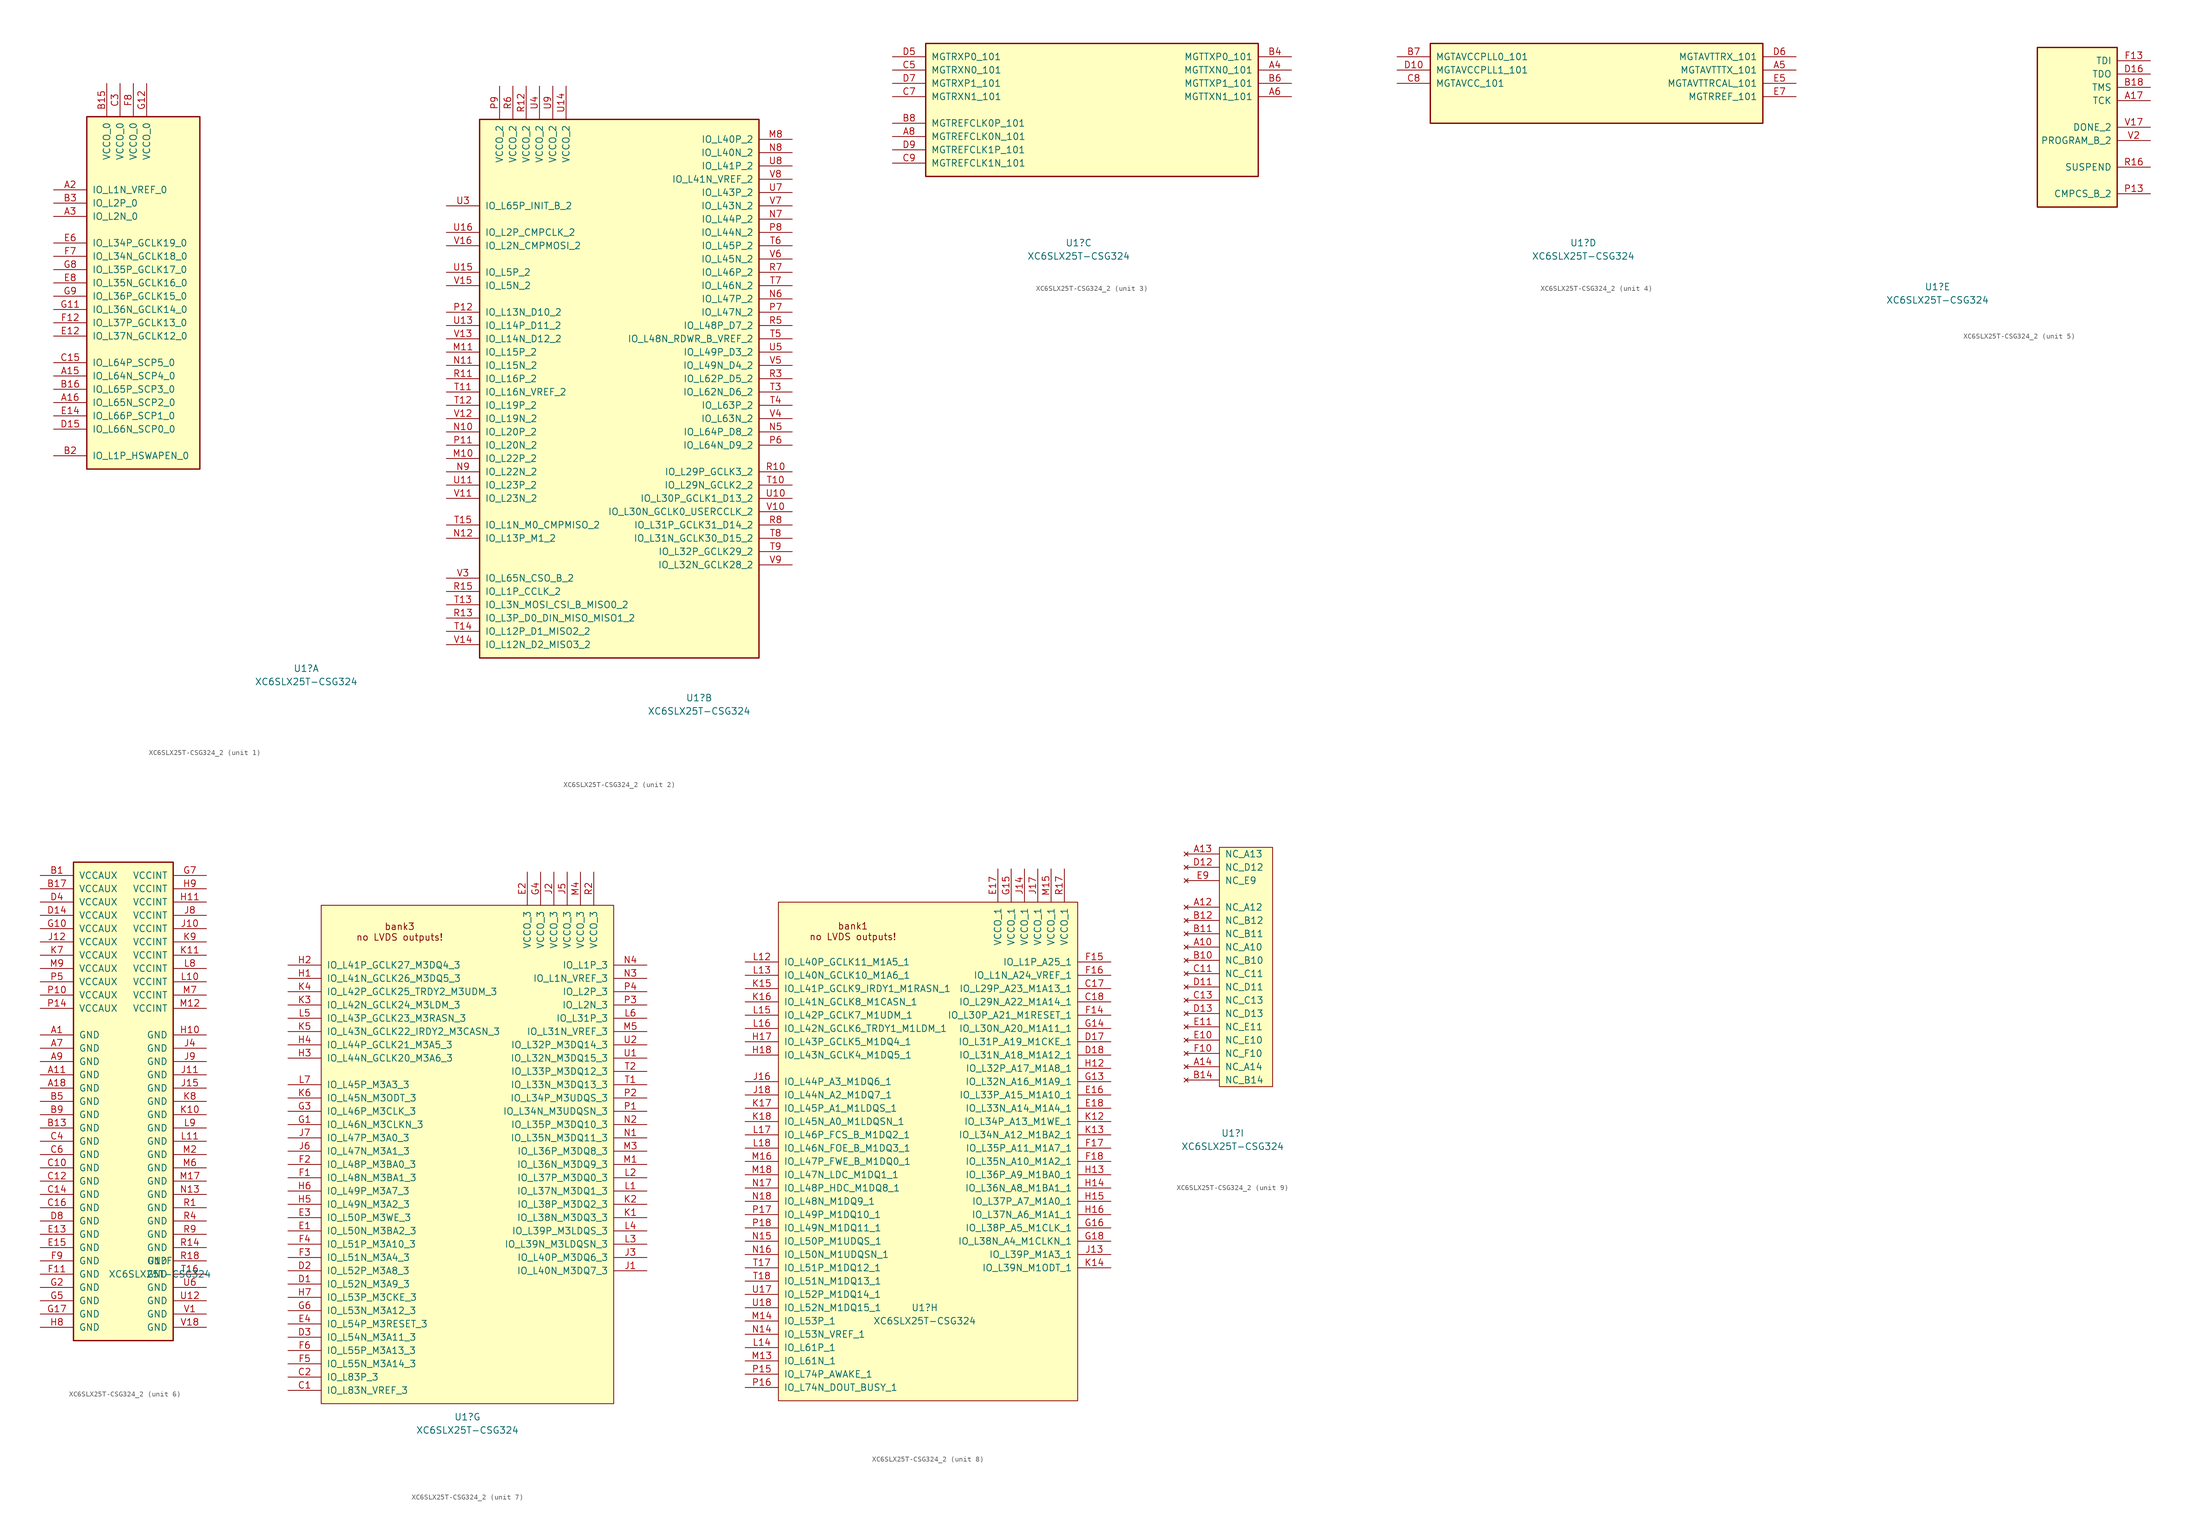
<source format=kicad_sym>
(kicad_symbol_lib
  (version 20241209)
  (generator "kicad_symbol_editor")
  (generator_version "9.0")
  (symbol "XC6SLX25T-CSG324_2"
    (pin_names
      (offset 1.016))
    (property "Reference" "U1"
      (at -2.54 -30.48 0)
      (effects (font (size 1.27 1.27))))
    (property "Value" "XC6SLX25T-CSG324"
      (at -2.54 -33.02 0)
      (effects (font (size 1.27 1.27))))
    (property "Datasheet" ""
      (at -5.08 -16.51 0)
      (effects (font (size 1.27 1.27))))
    (property "ki_locked" ""
      (at 0 0 0)
      (effects (font (size 1.27 1.27))))
    (symbol "XC6SLX25T-CSG324_2_1_1"
      (rectangle (start -44.45 74.93) (end -22.86 7.62) (stroke (width 0.254) (type default)) (fill (type background)))
      (pin bidirectional line (at -50.8 60.96 0) (length 6.35) (name "IO_L1N_VREF_0" (effects (font (size 1.27 1.27)))) (number "A2" (effects (font (size 1.27 1.27)))))
      (pin bidirectional line (at -50.8 58.42 0) (length 6.35) (name "IO_L2P_0" (effects (font (size 1.27 1.27)))) (number "B3" (effects (font (size 1.27 1.27)))))
      (pin bidirectional line (at -50.8 55.88 0) (length 6.35) (name "IO_L2N_0" (effects (font (size 1.27 1.27)))) (number "A3" (effects (font (size 1.27 1.27)))))
      (pin bidirectional line (at -50.8 50.8 0) (length 6.35) (name "IO_L34P_GCLK19_0" (effects (font (size 1.27 1.27)))) (number "E6" (effects (font (size 1.27 1.27)))))
      (pin bidirectional line (at -50.8 48.26 0) (length 6.35) (name "IO_L34N_GCLK18_0" (effects (font (size 1.27 1.27)))) (number "F7" (effects (font (size 1.27 1.27)))))
      (pin bidirectional line (at -50.8 45.72 0) (length 6.35) (name "IO_L35P_GCLK17_0" (effects (font (size 1.27 1.27)))) (number "G8" (effects (font (size 1.27 1.27)))))
      (pin bidirectional line (at -50.8 43.18 0) (length 6.35) (name "IO_L35N_GCLK16_0" (effects (font (size 1.27 1.27)))) (number "E8" (effects (font (size 1.27 1.27)))))
      (pin bidirectional line (at -50.8 40.64 0) (length 6.35) (name "IO_L36P_GCLK15_0" (effects (font (size 1.27 1.27)))) (number "G9" (effects (font (size 1.27 1.27)))))
      (pin bidirectional line (at -50.8 38.1 0) (length 6.35) (name "IO_L36N_GCLK14_0" (effects (font (size 1.27 1.27)))) (number "G11" (effects (font (size 1.27 1.27)))))
      (pin bidirectional line (at -50.8 35.56 0) (length 6.35) (name "IO_L37P_GCLK13_0" (effects (font (size 1.27 1.27)))) (number "F12" (effects (font (size 1.27 1.27)))))
      (pin bidirectional line (at -50.8 33.02 0) (length 6.35) (name "IO_L37N_GCLK12_0" (effects (font (size 1.27 1.27)))) (number "E12" (effects (font (size 1.27 1.27)))))
      (pin bidirectional line (at -50.8 27.94 0) (length 6.35) (name "IO_L64P_SCP5_0" (effects (font (size 1.27 1.27)))) (number "C15" (effects (font (size 1.27 1.27)))))
      (pin bidirectional line (at -50.8 25.4 0) (length 6.35) (name "IO_L64N_SCP4_0" (effects (font (size 1.27 1.27)))) (number "A15" (effects (font (size 1.27 1.27)))))
      (pin bidirectional line (at -50.8 22.86 0) (length 6.35) (name "IO_L65P_SCP3_0" (effects (font (size 1.27 1.27)))) (number "B16" (effects (font (size 1.27 1.27)))))
      (pin bidirectional line (at -50.8 20.32 0) (length 6.35) (name "IO_L65N_SCP2_0" (effects (font (size 1.27 1.27)))) (number "A16" (effects (font (size 1.27 1.27)))))
      (pin bidirectional line (at -50.8 17.78 0) (length 6.35) (name "IO_L66P_SCP1_0" (effects (font (size 1.27 1.27)))) (number "E14" (effects (font (size 1.27 1.27)))))
      (pin bidirectional line (at -50.8 15.24 0) (length 6.35) (name "IO_L66N_SCP0_0" (effects (font (size 1.27 1.27)))) (number "D15" (effects (font (size 1.27 1.27)))))
      (pin bidirectional line (at -50.8 10.16 0) (length 6.35) (name "IO_L1P_HSWAPEN_0" (effects (font (size 1.27 1.27)))) (number "B2" (effects (font (size 1.27 1.27)))))
      (pin power_in line (at -40.64 81.28 270) (length 6.35) (name "VCCO_0" (effects (font (size 1.27 1.27)))) (number "B15" (effects (font (size 1.27 1.27)))))
      (pin power_in line (at -38.1 81.28 270) (length 6.35) (name "VCCO_0" (effects (font (size 1.27 1.27)))) (number "C3" (effects (font (size 1.27 1.27)))))
      (pin power_in line (at -35.56 81.28 270) (length 6.35) (name "VCCO_0" (effects (font (size 1.27 1.27)))) (number "F8" (effects (font (size 1.27 1.27)))))
      (pin power_in line (at -33.02 81.28 270) (length 6.35) (name "VCCO_0" (effects (font (size 1.27 1.27)))) (number "G12" (effects (font (size 1.27 1.27))))))
    (symbol "XC6SLX25T-CSG324_2_2_1"
      (rectangle (start -44.45 80.01) (end 8.89 -22.86) (stroke (width 0.254) (type default)) (fill (type background)))
      (pin bidirectional line (at -50.8 63.5 0) (length 6.35) (name "IO_L65P_INIT_B_2" (effects (font (size 1.27 1.27)))) (number "U3" (effects (font (size 1.27 1.27)))))
      (pin bidirectional line (at -50.8 58.42 0) (length 6.35) (name "IO_L2P_CMPCLK_2" (effects (font (size 1.27 1.27)))) (number "U16" (effects (font (size 1.27 1.27)))))
      (pin bidirectional line (at -50.8 55.88 0) (length 6.35) (name "IO_L2N_CMPMOSI_2" (effects (font (size 1.27 1.27)))) (number "V16" (effects (font (size 1.27 1.27)))))
      (pin bidirectional line (at -50.8 50.8 0) (length 6.35) (name "IO_L5P_2" (effects (font (size 1.27 1.27)))) (number "U15" (effects (font (size 1.27 1.27)))))
      (pin bidirectional line (at -50.8 48.26 0) (length 6.35) (name "IO_L5N_2" (effects (font (size 1.27 1.27)))) (number "V15" (effects (font (size 1.27 1.27)))))
      (pin bidirectional line (at -50.8 43.18 0) (length 6.35) (name "IO_L13N_D10_2" (effects (font (size 1.27 1.27)))) (number "P12" (effects (font (size 1.27 1.27)))))
      (pin bidirectional line (at -50.8 40.64 0) (length 6.35) (name "IO_L14P_D11_2" (effects (font (size 1.27 1.27)))) (number "U13" (effects (font (size 1.27 1.27)))))
      (pin bidirectional line (at -50.8 38.1 0) (length 6.35) (name "IO_L14N_D12_2" (effects (font (size 1.27 1.27)))) (number "V13" (effects (font (size 1.27 1.27)))))
      (pin bidirectional line (at -50.8 35.56 0) (length 6.35) (name "IO_L15P_2" (effects (font (size 1.27 1.27)))) (number "M11" (effects (font (size 1.27 1.27)))))
      (pin bidirectional line (at -50.8 33.02 0) (length 6.35) (name "IO_L15N_2" (effects (font (size 1.27 1.27)))) (number "N11" (effects (font (size 1.27 1.27)))))
      (pin bidirectional line (at -50.8 30.48 0) (length 6.35) (name "IO_L16P_2" (effects (font (size 1.27 1.27)))) (number "R11" (effects (font (size 1.27 1.27)))))
      (pin bidirectional line (at -50.8 27.94 0) (length 6.35) (name "IO_L16N_VREF_2" (effects (font (size 1.27 1.27)))) (number "T11" (effects (font (size 1.27 1.27)))))
      (pin bidirectional line (at -50.8 25.4 0) (length 6.35) (name "IO_L19P_2" (effects (font (size 1.27 1.27)))) (number "T12" (effects (font (size 1.27 1.27)))))
      (pin bidirectional line (at -50.8 22.86 0) (length 6.35) (name "IO_L19N_2" (effects (font (size 1.27 1.27)))) (number "V12" (effects (font (size 1.27 1.27)))))
      (pin bidirectional line (at -50.8 20.32 0) (length 6.35) (name "IO_L20P_2" (effects (font (size 1.27 1.27)))) (number "N10" (effects (font (size 1.27 1.27)))))
      (pin bidirectional line (at -50.8 17.78 0) (length 6.35) (name "IO_L20N_2" (effects (font (size 1.27 1.27)))) (number "P11" (effects (font (size 1.27 1.27)))))
      (pin bidirectional line (at -50.8 15.24 0) (length 6.35) (name "IO_L22P_2" (effects (font (size 1.27 1.27)))) (number "M10" (effects (font (size 1.27 1.27)))))
      (pin bidirectional line (at -50.8 12.7 0) (length 6.35) (name "IO_L22N_2" (effects (font (size 1.27 1.27)))) (number "N9" (effects (font (size 1.27 1.27)))))
      (pin bidirectional line (at -50.8 10.16 0) (length 6.35) (name "IO_L23P_2" (effects (font (size 1.27 1.27)))) (number "U11" (effects (font (size 1.27 1.27)))))
      (pin bidirectional line (at -50.8 7.62 0) (length 6.35) (name "IO_L23N_2" (effects (font (size 1.27 1.27)))) (number "V11" (effects (font (size 1.27 1.27)))))
      (pin bidirectional line (at -50.8 2.54 0) (length 6.35) (name "IO_L1N_M0_CMPMISO_2" (effects (font (size 1.27 1.27)))) (number "T15" (effects (font (size 1.27 1.27)))))
      (pin bidirectional line (at -50.8 0 0) (length 6.35) (name "IO_L13P_M1_2" (effects (font (size 1.27 1.27)))) (number "N12" (effects (font (size 1.27 1.27)))))
      (pin bidirectional line (at -50.8 -7.62 0) (length 6.35) (name "IO_L65N_CSO_B_2" (effects (font (size 1.27 1.27)))) (number "V3" (effects (font (size 1.27 1.27)))))
      (pin bidirectional line (at -50.8 -10.16 0) (length 6.35) (name "IO_L1P_CCLK_2" (effects (font (size 1.27 1.27)))) (number "R15" (effects (font (size 1.27 1.27)))))
      (pin bidirectional line (at -50.8 -12.7 0) (length 6.35) (name "IO_L3N_MOSI_CSI_B_MISO0_2" (effects (font (size 1.27 1.27)))) (number "T13" (effects (font (size 1.27 1.27)))))
      (pin bidirectional line (at -50.8 -15.24 0) (length 6.35) (name "IO_L3P_D0_DIN_MISO_MISO1_2" (effects (font (size 1.27 1.27)))) (number "R13" (effects (font (size 1.27 1.27)))))
      (pin bidirectional line (at -50.8 -17.78 0) (length 6.35) (name "IO_L12P_D1_MISO2_2" (effects (font (size 1.27 1.27)))) (number "T14" (effects (font (size 1.27 1.27)))))
      (pin bidirectional line (at -50.8 -20.32 0) (length 6.35) (name "IO_L12N_D2_MISO3_2" (effects (font (size 1.27 1.27)))) (number "V14" (effects (font (size 1.27 1.27)))))
      (pin power_in line (at -40.64 86.36 270) (length 6.35) (name "VCCO_2" (effects (font (size 1.27 1.27)))) (number "P9" (effects (font (size 1.27 1.27)))))
      (pin power_in line (at -38.1 86.36 270) (length 6.35) (name "VCCO_2" (effects (font (size 1.27 1.27)))) (number "R6" (effects (font (size 1.27 1.27)))))
      (pin power_in line (at -35.56 86.36 270) (length 6.35) (name "VCCO_2" (effects (font (size 1.27 1.27)))) (number "R12" (effects (font (size 1.27 1.27)))))
      (pin power_in line (at -33.02 86.36 270) (length 6.35) (name "VCCO_2" (effects (font (size 1.27 1.27)))) (number "U4" (effects (font (size 1.27 1.27)))))
      (pin power_in line (at -30.48 86.36 270) (length 6.35) (name "VCCO_2" (effects (font (size 1.27 1.27)))) (number "U9" (effects (font (size 1.27 1.27)))))
      (pin power_in line (at -27.94 86.36 270) (length 6.35) (name "VCCO_2" (effects (font (size 1.27 1.27)))) (number "U14" (effects (font (size 1.27 1.27)))))
      (pin bidirectional line (at 15.24 76.2 180) (length 6.35) (name "IO_L40P_2" (effects (font (size 1.27 1.27)))) (number "M8" (effects (font (size 1.27 1.27)))))
      (pin bidirectional line (at 15.24 73.66 180) (length 6.35) (name "IO_L40N_2" (effects (font (size 1.27 1.27)))) (number "N8" (effects (font (size 1.27 1.27)))))
      (pin bidirectional line (at 15.24 71.12 180) (length 6.35) (name "IO_L41P_2" (effects (font (size 1.27 1.27)))) (number "U8" (effects (font (size 1.27 1.27)))))
      (pin bidirectional line (at 15.24 68.58 180) (length 6.35) (name "IO_L41N_VREF_2" (effects (font (size 1.27 1.27)))) (number "V8" (effects (font (size 1.27 1.27)))))
      (pin bidirectional line (at 15.24 66.04 180) (length 6.35) (name "IO_L43P_2" (effects (font (size 1.27 1.27)))) (number "U7" (effects (font (size 1.27 1.27)))))
      (pin bidirectional line (at 15.24 63.5 180) (length 6.35) (name "IO_L43N_2" (effects (font (size 1.27 1.27)))) (number "V7" (effects (font (size 1.27 1.27)))))
      (pin bidirectional line (at 15.24 60.96 180) (length 6.35) (name "IO_L44P_2" (effects (font (size 1.27 1.27)))) (number "N7" (effects (font (size 1.27 1.27)))))
      (pin bidirectional line (at 15.24 58.42 180) (length 6.35) (name "IO_L44N_2" (effects (font (size 1.27 1.27)))) (number "P8" (effects (font (size 1.27 1.27)))))
      (pin bidirectional line (at 15.24 55.88 180) (length 6.35) (name "IO_L45P_2" (effects (font (size 1.27 1.27)))) (number "T6" (effects (font (size 1.27 1.27)))))
      (pin bidirectional line (at 15.24 53.34 180) (length 6.35) (name "IO_L45N_2" (effects (font (size 1.27 1.27)))) (number "V6" (effects (font (size 1.27 1.27)))))
      (pin bidirectional line (at 15.24 50.8 180) (length 6.35) (name "IO_L46P_2" (effects (font (size 1.27 1.27)))) (number "R7" (effects (font (size 1.27 1.27)))))
      (pin bidirectional line (at 15.24 48.26 180) (length 6.35) (name "IO_L46N_2" (effects (font (size 1.27 1.27)))) (number "T7" (effects (font (size 1.27 1.27)))))
      (pin bidirectional line (at 15.24 45.72 180) (length 6.35) (name "IO_L47P_2" (effects (font (size 1.27 1.27)))) (number "N6" (effects (font (size 1.27 1.27)))))
      (pin bidirectional line (at 15.24 43.18 180) (length 6.35) (name "IO_L47N_2" (effects (font (size 1.27 1.27)))) (number "P7" (effects (font (size 1.27 1.27)))))
      (pin bidirectional line (at 15.24 40.64 180) (length 6.35) (name "IO_L48P_D7_2" (effects (font (size 1.27 1.27)))) (number "R5" (effects (font (size 1.27 1.27)))))
      (pin bidirectional line (at 15.24 38.1 180) (length 6.35) (name "IO_L48N_RDWR_B_VREF_2" (effects (font (size 1.27 1.27)))) (number "T5" (effects (font (size 1.27 1.27)))))
      (pin bidirectional line (at 15.24 35.56 180) (length 6.35) (name "IO_L49P_D3_2" (effects (font (size 1.27 1.27)))) (number "U5" (effects (font (size 1.27 1.27)))))
      (pin bidirectional line (at 15.24 33.02 180) (length 6.35) (name "IO_L49N_D4_2" (effects (font (size 1.27 1.27)))) (number "V5" (effects (font (size 1.27 1.27)))))
      (pin bidirectional line (at 15.24 30.48 180) (length 6.35) (name "IO_L62P_D5_2" (effects (font (size 1.27 1.27)))) (number "R3" (effects (font (size 1.27 1.27)))))
      (pin bidirectional line (at 15.24 27.94 180) (length 6.35) (name "IO_L62N_D6_2" (effects (font (size 1.27 1.27)))) (number "T3" (effects (font (size 1.27 1.27)))))
      (pin bidirectional line (at 15.24 25.4 180) (length 6.35) (name "IO_L63P_2" (effects (font (size 1.27 1.27)))) (number "T4" (effects (font (size 1.27 1.27)))))
      (pin bidirectional line (at 15.24 22.86 180) (length 6.35) (name "IO_L63N_2" (effects (font (size 1.27 1.27)))) (number "V4" (effects (font (size 1.27 1.27)))))
      (pin bidirectional line (at 15.24 20.32 180) (length 6.35) (name "IO_L64P_D8_2" (effects (font (size 1.27 1.27)))) (number "N5" (effects (font (size 1.27 1.27)))))
      (pin bidirectional line (at 15.24 17.78 180) (length 6.35) (name "IO_L64N_D9_2" (effects (font (size 1.27 1.27)))) (number "P6" (effects (font (size 1.27 1.27)))))
      (pin bidirectional line (at 15.24 12.7 180) (length 6.35) (name "IO_L29P_GCLK3_2" (effects (font (size 1.27 1.27)))) (number "R10" (effects (font (size 1.27 1.27)))))
      (pin bidirectional line (at 15.24 10.16 180) (length 6.35) (name "IO_L29N_GCLK2_2" (effects (font (size 1.27 1.27)))) (number "T10" (effects (font (size 1.27 1.27)))))
      (pin bidirectional line (at 15.24 7.62 180) (length 6.35) (name "IO_L30P_GCLK1_D13_2" (effects (font (size 1.27 1.27)))) (number "U10" (effects (font (size 1.27 1.27)))))
      (pin bidirectional line (at 15.24 5.08 180) (length 6.35) (name "IO_L30N_GCLK0_USERCCLK_2" (effects (font (size 1.27 1.27)))) (number "V10" (effects (font (size 1.27 1.27)))))
      (pin bidirectional line (at 15.24 2.54 180) (length 6.35) (name "IO_L31P_GCLK31_D14_2" (effects (font (size 1.27 1.27)))) (number "R8" (effects (font (size 1.27 1.27)))))
      (pin bidirectional line (at 15.24 0 180) (length 6.35) (name "IO_L31N_GCLK30_D15_2" (effects (font (size 1.27 1.27)))) (number "T8" (effects (font (size 1.27 1.27)))))
      (pin bidirectional line (at 15.24 -2.54 180) (length 6.35) (name "IO_L32P_GCLK29_2" (effects (font (size 1.27 1.27)))) (number "T9" (effects (font (size 1.27 1.27)))))
      (pin bidirectional line (at 15.24 -5.08 180) (length 6.35) (name "IO_L32N_GCLK28_2" (effects (font (size 1.27 1.27)))) (number "V9" (effects (font (size 1.27 1.27))))))
    (symbol "XC6SLX25T-CSG324_2_3_1"
      (rectangle (start -31.75 7.62) (end 31.75 -17.78) (stroke (width 0.254) (type default)) (fill (type background)))
      (pin bidirectional line (at -38.1 5.08 0) (length 6.35) (name "MGTRXP0_101" (effects (font (size 1.27 1.27)))) (number "D5" (effects (font (size 1.27 1.27)))))
      (pin bidirectional line (at -38.1 2.54 0) (length 6.35) (name "MGTRXN0_101" (effects (font (size 1.27 1.27)))) (number "C5" (effects (font (size 1.27 1.27)))))
      (pin bidirectional line (at -38.1 0 0) (length 6.35) (name "MGTRXP1_101" (effects (font (size 1.27 1.27)))) (number "D7" (effects (font (size 1.27 1.27)))))
      (pin bidirectional line (at -38.1 -2.54 0) (length 6.35) (name "MGTRXN1_101" (effects (font (size 1.27 1.27)))) (number "C7" (effects (font (size 1.27 1.27)))))
      (pin bidirectional line (at -38.1 -7.62 0) (length 6.35) (name "MGTREFCLK0P_101" (effects (font (size 1.27 1.27)))) (number "B8" (effects (font (size 1.27 1.27)))))
      (pin bidirectional line (at -38.1 -10.16 0) (length 6.35) (name "MGTREFCLK0N_101" (effects (font (size 1.27 1.27)))) (number "A8" (effects (font (size 1.27 1.27)))))
      (pin bidirectional line (at -38.1 -12.7 0) (length 6.35) (name "MGTREFCLK1P_101" (effects (font (size 1.27 1.27)))) (number "D9" (effects (font (size 1.27 1.27)))))
      (pin bidirectional line (at -38.1 -15.24 0) (length 6.35) (name "MGTREFCLK1N_101" (effects (font (size 1.27 1.27)))) (number "C9" (effects (font (size 1.27 1.27)))))
      (pin bidirectional line (at 38.1 5.08 180) (length 6.35) (name "MGTTXP0_101" (effects (font (size 1.27 1.27)))) (number "B4" (effects (font (size 1.27 1.27)))))
      (pin bidirectional line (at 38.1 2.54 180) (length 6.35) (name "MGTTXN0_101" (effects (font (size 1.27 1.27)))) (number "A4" (effects (font (size 1.27 1.27)))))
      (pin bidirectional line (at 38.1 0 180) (length 6.35) (name "MGTTXP1_101" (effects (font (size 1.27 1.27)))) (number "B6" (effects (font (size 1.27 1.27)))))
      (pin bidirectional line (at 38.1 -2.54 180) (length 6.35) (name "MGTTXN1_101" (effects (font (size 1.27 1.27)))) (number "A6" (effects (font (size 1.27 1.27))))))
    (symbol "XC6SLX25T-CSG324_2_4_1"
      (rectangle (start -31.75 7.62) (end 31.75 -7.62) (stroke (width 0.254) (type default)) (fill (type background)))
      (pin power_in line (at -38.1 5.08 0) (length 6.35) (name "MGTAVCCPLL0_101" (effects (font (size 1.27 1.27)))) (number "B7" (effects (font (size 1.27 1.27)))))
      (pin power_in line (at -38.1 2.54 0) (length 6.35) (name "MGTAVCCPLL1_101" (effects (font (size 1.27 1.27)))) (number "D10" (effects (font (size 1.27 1.27)))))
      (pin power_in line (at -38.1 0 0) (length 6.35) (name "MGTAVCC_101" (effects (font (size 1.27 1.27)))) (number "C8" (effects (font (size 1.27 1.27)))))
      (pin power_in line (at 38.1 5.08 180) (length 6.35) (name "MGTAVTTRX_101" (effects (font (size 1.27 1.27)))) (number "D6" (effects (font (size 1.27 1.27)))))
      (pin power_in line (at 38.1 2.54 180) (length 6.35) (name "MGTAVTTTX_101" (effects (font (size 1.27 1.27)))) (number "A5" (effects (font (size 1.27 1.27)))))
      (pin power_in line (at 38.1 0 180) (length 6.35) (name "MGTAVTTRCAL_101" (effects (font (size 1.27 1.27)))) (number "E5" (effects (font (size 1.27 1.27)))))
      (pin power_in line (at 38.1 -2.54 180) (length 6.35) (name "MGTRREF_101" (effects (font (size 1.27 1.27)))) (number "E7" (effects (font (size 1.27 1.27))))))
    (symbol "XC6SLX25T-CSG324_2_5_1"
      (rectangle (start 16.51 15.24) (end 31.75 -15.24) (stroke (width 0.254) (type default)) (fill (type background)))
      (pin bidirectional line (at 38.1 12.7 180) (length 6.35) (name "TDI" (effects (font (size 1.27 1.27)))) (number "F13" (effects (font (size 1.27 1.27)))))
      (pin bidirectional line (at 38.1 10.16 180) (length 6.35) (name "TDO" (effects (font (size 1.27 1.27)))) (number "D16" (effects (font (size 1.27 1.27)))))
      (pin bidirectional line (at 38.1 7.62 180) (length 6.35) (name "TMS" (effects (font (size 1.27 1.27)))) (number "B18" (effects (font (size 1.27 1.27)))))
      (pin bidirectional line (at 38.1 5.08 180) (length 6.35) (name "TCK" (effects (font (size 1.27 1.27)))) (number "A17" (effects (font (size 1.27 1.27)))))
      (pin bidirectional line (at 38.1 0 180) (length 6.35) (name "DONE_2" (effects (font (size 1.27 1.27)))) (number "V17" (effects (font (size 1.27 1.27)))))
      (pin bidirectional line (at 38.1 -2.54 180) (length 6.35) (name "PROGRAM_B_2" (effects (font (size 1.27 1.27)))) (number "V2" (effects (font (size 1.27 1.27)))))
      (pin bidirectional line (at 38.1 -7.62 180) (length 6.35) (name "SUSPEND" (effects (font (size 1.27 1.27)))) (number "R16" (effects (font (size 1.27 1.27)))))
      (pin bidirectional line (at 38.1 -12.7 180) (length 6.35) (name "CMPCS_B_2" (effects (font (size 1.27 1.27)))) (number "P13" (effects (font (size 1.27 1.27))))))
    (symbol "XC6SLX25T-CSG324_2_6_1"
      (rectangle (start -19.05 45.72) (end 0 -45.72) (stroke (width 0.254) (type default)) (fill (type background)))
      (pin power_in line (at -25.4 43.18 0) (length 6.35) (name "VCCAUX" (effects (font (size 1.27 1.27)))) (number "B1" (effects (font (size 1.27 1.27)))))
      (pin power_in line (at -25.4 40.64 0) (length 6.35) (name "VCCAUX" (effects (font (size 1.27 1.27)))) (number "B17" (effects (font (size 1.27 1.27)))))
      (pin power_in line (at -25.4 38.1 0) (length 6.35) (name "VCCAUX" (effects (font (size 1.27 1.27)))) (number "D4" (effects (font (size 1.27 1.27)))))
      (pin power_in line (at -25.4 35.56 0) (length 6.35) (name "VCCAUX" (effects (font (size 1.27 1.27)))) (number "D14" (effects (font (size 1.27 1.27)))))
      (pin power_in line (at -25.4 33.02 0) (length 6.35) (name "VCCAUX" (effects (font (size 1.27 1.27)))) (number "G10" (effects (font (size 1.27 1.27)))))
      (pin power_in line (at -25.4 30.48 0) (length 6.35) (name "VCCAUX" (effects (font (size 1.27 1.27)))) (number "J12" (effects (font (size 1.27 1.27)))))
      (pin power_in line (at -25.4 27.94 0) (length 6.35) (name "VCCAUX" (effects (font (size 1.27 1.27)))) (number "K7" (effects (font (size 1.27 1.27)))))
      (pin power_in line (at -25.4 25.4 0) (length 6.35) (name "VCCAUX" (effects (font (size 1.27 1.27)))) (number "M9" (effects (font (size 1.27 1.27)))))
      (pin power_in line (at -25.4 22.86 0) (length 6.35) (name "VCCAUX" (effects (font (size 1.27 1.27)))) (number "P5" (effects (font (size 1.27 1.27)))))
      (pin power_in line (at -25.4 20.32 0) (length 6.35) (name "VCCAUX" (effects (font (size 1.27 1.27)))) (number "P10" (effects (font (size 1.27 1.27)))))
      (pin power_in line (at -25.4 17.78 0) (length 6.35) (name "VCCAUX" (effects (font (size 1.27 1.27)))) (number "P14" (effects (font (size 1.27 1.27)))))
      (pin power_in line (at -25.4 12.7 0) (length 6.35) (name "GND" (effects (font (size 1.27 1.27)))) (number "A1" (effects (font (size 1.27 1.27)))))
      (pin power_in line (at -25.4 10.16 0) (length 6.35) (name "GND" (effects (font (size 1.27 1.27)))) (number "A7" (effects (font (size 1.27 1.27)))))
      (pin power_in line (at -25.4 7.62 0) (length 6.35) (name "GND" (effects (font (size 1.27 1.27)))) (number "A9" (effects (font (size 1.27 1.27)))))
      (pin power_in line (at -25.4 5.08 0) (length 6.35) (name "GND" (effects (font (size 1.27 1.27)))) (number "A11" (effects (font (size 1.27 1.27)))))
      (pin power_in line (at -25.4 2.54 0) (length 6.35) (name "GND" (effects (font (size 1.27 1.27)))) (number "A18" (effects (font (size 1.27 1.27)))))
      (pin power_in line (at -25.4 0 0) (length 6.35) (name "GND" (effects (font (size 1.27 1.27)))) (number "B5" (effects (font (size 1.27 1.27)))))
      (pin power_in line (at -25.4 -2.54 0) (length 6.35) (name "GND" (effects (font (size 1.27 1.27)))) (number "B9" (effects (font (size 1.27 1.27)))))
      (pin power_in line (at -25.4 -5.08 0) (length 6.35) (name "GND" (effects (font (size 1.27 1.27)))) (number "B13" (effects (font (size 1.27 1.27)))))
      (pin power_in line (at -25.4 -7.62 0) (length 6.35) (name "GND" (effects (font (size 1.27 1.27)))) (number "C4" (effects (font (size 1.27 1.27)))))
      (pin power_in line (at -25.4 -10.16 0) (length 6.35) (name "GND" (effects (font (size 1.27 1.27)))) (number "C6" (effects (font (size 1.27 1.27)))))
      (pin power_in line (at -25.4 -12.7 0) (length 6.35) (name "GND" (effects (font (size 1.27 1.27)))) (number "C10" (effects (font (size 1.27 1.27)))))
      (pin power_in line (at -25.4 -15.24 0) (length 6.35) (name "GND" (effects (font (size 1.27 1.27)))) (number "C12" (effects (font (size 1.27 1.27)))))
      (pin power_in line (at -25.4 -17.78 0) (length 6.35) (name "GND" (effects (font (size 1.27 1.27)))) (number "C14" (effects (font (size 1.27 1.27)))))
      (pin power_in line (at -25.4 -20.32 0) (length 6.35) (name "GND" (effects (font (size 1.27 1.27)))) (number "C16" (effects (font (size 1.27 1.27)))))
      (pin power_in line (at -25.4 -22.86 0) (length 6.35) (name "GND" (effects (font (size 1.27 1.27)))) (number "D8" (effects (font (size 1.27 1.27)))))
      (pin power_in line (at -25.4 -25.4 0) (length 6.35) (name "GND" (effects (font (size 1.27 1.27)))) (number "E13" (effects (font (size 1.27 1.27)))))
      (pin power_in line (at -25.4 -27.94 0) (length 6.35) (name "GND" (effects (font (size 1.27 1.27)))) (number "E15" (effects (font (size 1.27 1.27)))))
      (pin power_in line (at -25.4 -30.48 0) (length 6.35) (name "GND" (effects (font (size 1.27 1.27)))) (number "F9" (effects (font (size 1.27 1.27)))))
      (pin power_in line (at -25.4 -33.02 0) (length 6.35) (name "GND" (effects (font (size 1.27 1.27)))) (number "F11" (effects (font (size 1.27 1.27)))))
      (pin power_in line (at -25.4 -35.56 0) (length 6.35) (name "GND" (effects (font (size 1.27 1.27)))) (number "G2" (effects (font (size 1.27 1.27)))))
      (pin power_in line (at -25.4 -38.1 0) (length 6.35) (name "GND" (effects (font (size 1.27 1.27)))) (number "G5" (effects (font (size 1.27 1.27)))))
      (pin power_in line (at -25.4 -40.64 0) (length 6.35) (name "GND" (effects (font (size 1.27 1.27)))) (number "G17" (effects (font (size 1.27 1.27)))))
      (pin power_in line (at -25.4 -43.18 0) (length 6.35) (name "GND" (effects (font (size 1.27 1.27)))) (number "H8" (effects (font (size 1.27 1.27)))))
      (pin power_in line (at 6.35 43.18 180) (length 6.35) (name "VCCINT" (effects (font (size 1.27 1.27)))) (number "G7" (effects (font (size 1.27 1.27)))))
      (pin power_in line (at 6.35 40.64 180) (length 6.35) (name "VCCINT" (effects (font (size 1.27 1.27)))) (number "H9" (effects (font (size 1.27 1.27)))))
      (pin power_in line (at 6.35 38.1 180) (length 6.35) (name "VCCINT" (effects (font (size 1.27 1.27)))) (number "H11" (effects (font (size 1.27 1.27)))))
      (pin power_in line (at 6.35 35.56 180) (length 6.35) (name "VCCINT" (effects (font (size 1.27 1.27)))) (number "J8" (effects (font (size 1.27 1.27)))))
      (pin power_in line (at 6.35 33.02 180) (length 6.35) (name "VCCINT" (effects (font (size 1.27 1.27)))) (number "J10" (effects (font (size 1.27 1.27)))))
      (pin power_in line (at 6.35 30.48 180) (length 6.35) (name "VCCINT" (effects (font (size 1.27 1.27)))) (number "K9" (effects (font (size 1.27 1.27)))))
      (pin power_in line (at 6.35 27.94 180) (length 6.35) (name "VCCINT" (effects (font (size 1.27 1.27)))) (number "K11" (effects (font (size 1.27 1.27)))))
      (pin power_in line (at 6.35 25.4 180) (length 6.35) (name "VCCINT" (effects (font (size 1.27 1.27)))) (number "L8" (effects (font (size 1.27 1.27)))))
      (pin power_in line (at 6.35 22.86 180) (length 6.35) (name "VCCINT" (effects (font (size 1.27 1.27)))) (number "L10" (effects (font (size 1.27 1.27)))))
      (pin power_in line (at 6.35 20.32 180) (length 6.35) (name "VCCINT" (effects (font (size 1.27 1.27)))) (number "M7" (effects (font (size 1.27 1.27)))))
      (pin power_in line (at 6.35 17.78 180) (length 6.35) (name "VCCINT" (effects (font (size 1.27 1.27)))) (number "M12" (effects (font (size 1.27 1.27)))))
      (pin power_in line (at 6.35 12.7 180) (length 6.35) (name "GND" (effects (font (size 1.27 1.27)))) (number "H10" (effects (font (size 1.27 1.27)))))
      (pin power_in line (at 6.35 10.16 180) (length 6.35) (name "GND" (effects (font (size 1.27 1.27)))) (number "J4" (effects (font (size 1.27 1.27)))))
      (pin power_in line (at 6.35 7.62 180) (length 6.35) (name "GND" (effects (font (size 1.27 1.27)))) (number "J9" (effects (font (size 1.27 1.27)))))
      (pin power_in line (at 6.35 5.08 180) (length 6.35) (name "GND" (effects (font (size 1.27 1.27)))) (number "J11" (effects (font (size 1.27 1.27)))))
      (pin power_in line (at 6.35 2.54 180) (length 6.35) (name "GND" (effects (font (size 1.27 1.27)))) (number "J15" (effects (font (size 1.27 1.27)))))
      (pin power_in line (at 6.35 0 180) (length 6.35) (name "GND" (effects (font (size 1.27 1.27)))) (number "K8" (effects (font (size 1.27 1.27)))))
      (pin power_in line (at 6.35 -2.54 180) (length 6.35) (name "GND" (effects (font (size 1.27 1.27)))) (number "K10" (effects (font (size 1.27 1.27)))))
      (pin power_in line (at 6.35 -5.08 180) (length 6.35) (name "GND" (effects (font (size 1.27 1.27)))) (number "L9" (effects (font (size 1.27 1.27)))))
      (pin power_in line (at 6.35 -7.62 180) (length 6.35) (name "GND" (effects (font (size 1.27 1.27)))) (number "L11" (effects (font (size 1.27 1.27)))))
      (pin power_in line (at 6.35 -10.16 180) (length 6.35) (name "GND" (effects (font (size 1.27 1.27)))) (number "M2" (effects (font (size 1.27 1.27)))))
      (pin power_in line (at 6.35 -12.7 180) (length 6.35) (name "GND" (effects (font (size 1.27 1.27)))) (number "M6" (effects (font (size 1.27 1.27)))))
      (pin power_in line (at 6.35 -15.24 180) (length 6.35) (name "GND" (effects (font (size 1.27 1.27)))) (number "M17" (effects (font (size 1.27 1.27)))))
      (pin power_in line (at 6.35 -17.78 180) (length 6.35) (name "GND" (effects (font (size 1.27 1.27)))) (number "N13" (effects (font (size 1.27 1.27)))))
      (pin power_in line (at 6.35 -20.32 180) (length 6.35) (name "GND" (effects (font (size 1.27 1.27)))) (number "R1" (effects (font (size 1.27 1.27)))))
      (pin power_in line (at 6.35 -22.86 180) (length 6.35) (name "GND" (effects (font (size 1.27 1.27)))) (number "R4" (effects (font (size 1.27 1.27)))))
      (pin power_in line (at 6.35 -25.4 180) (length 6.35) (name "GND" (effects (font (size 1.27 1.27)))) (number "R9" (effects (font (size 1.27 1.27)))))
      (pin power_in line (at 6.35 -27.94 180) (length 6.35) (name "GND" (effects (font (size 1.27 1.27)))) (number "R14" (effects (font (size 1.27 1.27)))))
      (pin power_in line (at 6.35 -30.48 180) (length 6.35) (name "GND" (effects (font (size 1.27 1.27)))) (number "R18" (effects (font (size 1.27 1.27)))))
      (pin power_in line (at 6.35 -33.02 180) (length 6.35) (name "GND" (effects (font (size 1.27 1.27)))) (number "T16" (effects (font (size 1.27 1.27)))))
      (pin power_in line (at 6.35 -35.56 180) (length 6.35) (name "GND" (effects (font (size 1.27 1.27)))) (number "U6" (effects (font (size 1.27 1.27)))))
      (pin power_in line (at 6.35 -38.1 180) (length 6.35) (name "GND" (effects (font (size 1.27 1.27)))) (number "U12" (effects (font (size 1.27 1.27)))))
      (pin power_in line (at 6.35 -40.64 180) (length 6.35) (name "GND" (effects (font (size 1.27 1.27)))) (number "V1" (effects (font (size 1.27 1.27)))))
      (pin power_in line (at 6.35 -43.18 180) (length 6.35) (name "GND" (effects (font (size 1.27 1.27)))) (number "V18" (effects (font (size 1.27 1.27))))))
    (symbol "XC6SLX25T-CSG324_2_7_1"
      (rectangle (start -30.48 67.31) (end 25.4 -27.94) (stroke (width 0) (type default)) (fill (type background)))
      (text "bank3\nno LVDS outputs!" (at -15.494 62.23 0) (effects (font (size 1.27 1.27))))
      (pin bidirectional line (at -36.83 55.88 0) (length 6.35) (name "IO_L41P_GCLK27_M3DQ4_3" (effects (font (size 1.27 1.27)))) (number "H2" (effects (font (size 1.27 1.27)))))
      (pin bidirectional line (at -36.83 53.34 0) (length 6.35) (name "IO_L41N_GCLK26_M3DQ5_3" (effects (font (size 1.27 1.27)))) (number "H1" (effects (font (size 1.27 1.27)))))
      (pin bidirectional line (at -36.83 50.8 0) (length 6.35) (name "IO_L42P_GCLK25_TRDY2_M3UDM_3" (effects (font (size 1.27 1.27)))) (number "K4" (effects (font (size 1.27 1.27)))))
      (pin bidirectional line (at -36.83 48.26 0) (length 6.35) (name "IO_L42N_GCLK24_M3LDM_3" (effects (font (size 1.27 1.27)))) (number "K3" (effects (font (size 1.27 1.27)))))
      (pin bidirectional line (at -36.83 45.72 0) (length 6.35) (name "IO_L43P_GCLK23_M3RASN_3" (effects (font (size 1.27 1.27)))) (number "L5" (effects (font (size 1.27 1.27)))))
      (pin bidirectional line (at -36.83 43.18 0) (length 6.35) (name "IO_L43N_GCLK22_IRDY2_M3CASN_3" (effects (font (size 1.27 1.27)))) (number "K5" (effects (font (size 1.27 1.27)))))
      (pin bidirectional line (at -36.83 40.64 0) (length 6.35) (name "IO_L44P_GCLK21_M3A5_3" (effects (font (size 1.27 1.27)))) (number "H4" (effects (font (size 1.27 1.27)))))
      (pin bidirectional line (at -36.83 38.1 0) (length 6.35) (name "IO_L44N_GCLK20_M3A6_3" (effects (font (size 1.27 1.27)))) (number "H3" (effects (font (size 1.27 1.27)))))
      (pin bidirectional line (at -36.83 33.02 0) (length 6.35) (name "IO_L45P_M3A3_3" (effects (font (size 1.27 1.27)))) (number "L7" (effects (font (size 1.27 1.27)))))
      (pin bidirectional line (at -36.83 30.48 0) (length 6.35) (name "IO_L45N_M3ODT_3" (effects (font (size 1.27 1.27)))) (number "K6" (effects (font (size 1.27 1.27)))))
      (pin bidirectional line (at -36.83 27.94 0) (length 6.35) (name "IO_L46P_M3CLK_3" (effects (font (size 1.27 1.27)))) (number "G3" (effects (font (size 1.27 1.27)))))
      (pin bidirectional line (at -36.83 25.4 0) (length 6.35) (name "IO_L46N_M3CLKN_3" (effects (font (size 1.27 1.27)))) (number "G1" (effects (font (size 1.27 1.27)))))
      (pin bidirectional line (at -36.83 22.86 0) (length 6.35) (name "IO_L47P_M3A0_3" (effects (font (size 1.27 1.27)))) (number "J7" (effects (font (size 1.27 1.27)))))
      (pin bidirectional line (at -36.83 20.32 0) (length 6.35) (name "IO_L47N_M3A1_3" (effects (font (size 1.27 1.27)))) (number "J6" (effects (font (size 1.27 1.27)))))
      (pin bidirectional line (at -36.83 17.78 0) (length 6.35) (name "IO_L48P_M3BA0_3" (effects (font (size 1.27 1.27)))) (number "F2" (effects (font (size 1.27 1.27)))))
      (pin bidirectional line (at -36.83 15.24 0) (length 6.35) (name "IO_L48N_M3BA1_3" (effects (font (size 1.27 1.27)))) (number "F1" (effects (font (size 1.27 1.27)))))
      (pin bidirectional line (at -36.83 12.7 0) (length 6.35) (name "IO_L49P_M3A7_3" (effects (font (size 1.27 1.27)))) (number "H6" (effects (font (size 1.27 1.27)))))
      (pin bidirectional line (at -36.83 10.16 0) (length 6.35) (name "IO_L49N_M3A2_3" (effects (font (size 1.27 1.27)))) (number "H5" (effects (font (size 1.27 1.27)))))
      (pin bidirectional line (at -36.83 7.62 0) (length 6.35) (name "IO_L50P_M3WE_3" (effects (font (size 1.27 1.27)))) (number "E3" (effects (font (size 1.27 1.27)))))
      (pin bidirectional line (at -36.83 5.08 0) (length 6.35) (name "IO_L50N_M3BA2_3" (effects (font (size 1.27 1.27)))) (number "E1" (effects (font (size 1.27 1.27)))))
      (pin bidirectional line (at -36.83 2.54 0) (length 6.35) (name "IO_L51P_M3A10_3" (effects (font (size 1.27 1.27)))) (number "F4" (effects (font (size 1.27 1.27)))))
      (pin bidirectional line (at -36.83 0 0) (length 6.35) (name "IO_L51N_M3A4_3" (effects (font (size 1.27 1.27)))) (number "F3" (effects (font (size 1.27 1.27)))))
      (pin bidirectional line (at -36.83 -2.54 0) (length 6.35) (name "IO_L52P_M3A8_3" (effects (font (size 1.27 1.27)))) (number "D2" (effects (font (size 1.27 1.27)))))
      (pin bidirectional line (at -36.83 -5.08 0) (length 6.35) (name "IO_L52N_M3A9_3" (effects (font (size 1.27 1.27)))) (number "D1" (effects (font (size 1.27 1.27)))))
      (pin bidirectional line (at -36.83 -7.62 0) (length 6.35) (name "IO_L53P_M3CKE_3" (effects (font (size 1.27 1.27)))) (number "H7" (effects (font (size 1.27 1.27)))))
      (pin bidirectional line (at -36.83 -10.16 0) (length 6.35) (name "IO_L53N_M3A12_3" (effects (font (size 1.27 1.27)))) (number "G6" (effects (font (size 1.27 1.27)))))
      (pin bidirectional line (at -36.83 -12.7 0) (length 6.35) (name "IO_L54P_M3RESET_3" (effects (font (size 1.27 1.27)))) (number "E4" (effects (font (size 1.27 1.27)))))
      (pin bidirectional line (at -36.83 -15.24 0) (length 6.35) (name "IO_L54N_M3A11_3" (effects (font (size 1.27 1.27)))) (number "D3" (effects (font (size 1.27 1.27)))))
      (pin bidirectional line (at -36.83 -17.78 0) (length 6.35) (name "IO_L55P_M3A13_3" (effects (font (size 1.27 1.27)))) (number "F6" (effects (font (size 1.27 1.27)))))
      (pin bidirectional line (at -36.83 -20.32 0) (length 6.35) (name "IO_L55N_M3A14_3" (effects (font (size 1.27 1.27)))) (number "F5" (effects (font (size 1.27 1.27)))))
      (pin bidirectional line (at -36.83 -22.86 0) (length 6.35) (name "IO_L83P_3" (effects (font (size 1.27 1.27)))) (number "C2" (effects (font (size 1.27 1.27)))))
      (pin bidirectional line (at -36.83 -25.4 0) (length 6.35) (name "IO_L83N_VREF_3" (effects (font (size 1.27 1.27)))) (number "C1" (effects (font (size 1.27 1.27)))))
      (pin power_in line (at 8.89 73.66 270) (length 6.35) (name "VCCO_3" (effects (font (size 1.27 1.27)))) (number "E2" (effects (font (size 1.27 1.27)))))
      (pin power_in line (at 11.43 73.66 270) (length 6.35) (name "VCCO_3" (effects (font (size 1.27 1.27)))) (number "G4" (effects (font (size 1.27 1.27)))))
      (pin power_in line (at 13.97 73.66 270) (length 6.35) (name "VCCO_3" (effects (font (size 1.27 1.27)))) (number "J2" (effects (font (size 1.27 1.27)))))
      (pin power_in line (at 16.51 73.66 270) (length 6.35) (name "VCCO_3" (effects (font (size 1.27 1.27)))) (number "J5" (effects (font (size 1.27 1.27)))))
      (pin power_in line (at 19.05 73.66 270) (length 6.35) (name "VCCO_3" (effects (font (size 1.27 1.27)))) (number "M4" (effects (font (size 1.27 1.27)))))
      (pin power_in line (at 21.59 73.66 270) (length 6.35) (name "VCCO_3" (effects (font (size 1.27 1.27)))) (number "R2" (effects (font (size 1.27 1.27)))))
      (pin bidirectional line (at 31.75 55.88 180) (length 6.35) (name "IO_L1P_3" (effects (font (size 1.27 1.27)))) (number "N4" (effects (font (size 1.27 1.27)))))
      (pin bidirectional line (at 31.75 53.34 180) (length 6.35) (name "IO_L1N_VREF_3" (effects (font (size 1.27 1.27)))) (number "N3" (effects (font (size 1.27 1.27)))))
      (pin bidirectional line (at 31.75 50.8 180) (length 6.35) (name "IO_L2P_3" (effects (font (size 1.27 1.27)))) (number "P4" (effects (font (size 1.27 1.27)))))
      (pin bidirectional line (at 31.75 48.26 180) (length 6.35) (name "IO_L2N_3" (effects (font (size 1.27 1.27)))) (number "P3" (effects (font (size 1.27 1.27)))))
      (pin bidirectional line (at 31.75 45.72 180) (length 6.35) (name "IO_L31P_3" (effects (font (size 1.27 1.27)))) (number "L6" (effects (font (size 1.27 1.27)))))
      (pin bidirectional line (at 31.75 43.18 180) (length 6.35) (name "IO_L31N_VREF_3" (effects (font (size 1.27 1.27)))) (number "M5" (effects (font (size 1.27 1.27)))))
      (pin bidirectional line (at 31.75 40.64 180) (length 6.35) (name "IO_L32P_M3DQ14_3" (effects (font (size 1.27 1.27)))) (number "U2" (effects (font (size 1.27 1.27)))))
      (pin bidirectional line (at 31.75 38.1 180) (length 6.35) (name "IO_L32N_M3DQ15_3" (effects (font (size 1.27 1.27)))) (number "U1" (effects (font (size 1.27 1.27)))))
      (pin bidirectional line (at 31.75 35.56 180) (length 6.35) (name "IO_L33P_M3DQ12_3" (effects (font (size 1.27 1.27)))) (number "T2" (effects (font (size 1.27 1.27)))))
      (pin bidirectional line (at 31.75 33.02 180) (length 6.35) (name "IO_L33N_M3DQ13_3" (effects (font (size 1.27 1.27)))) (number "T1" (effects (font (size 1.27 1.27)))))
      (pin bidirectional line (at 31.75 30.48 180) (length 6.35) (name "IO_L34P_M3UDQS_3" (effects (font (size 1.27 1.27)))) (number "P2" (effects (font (size 1.27 1.27)))))
      (pin bidirectional line (at 31.75 27.94 180) (length 6.35) (name "IO_L34N_M3UDQSN_3" (effects (font (size 1.27 1.27)))) (number "P1" (effects (font (size 1.27 1.27)))))
      (pin bidirectional line (at 31.75 25.4 180) (length 6.35) (name "IO_L35P_M3DQ10_3" (effects (font (size 1.27 1.27)))) (number "N2" (effects (font (size 1.27 1.27)))))
      (pin bidirectional line (at 31.75 22.86 180) (length 6.35) (name "IO_L35N_M3DQ11_3" (effects (font (size 1.27 1.27)))) (number "N1" (effects (font (size 1.27 1.27)))))
      (pin bidirectional line (at 31.75 20.32 180) (length 6.35) (name "IO_L36P_M3DQ8_3" (effects (font (size 1.27 1.27)))) (number "M3" (effects (font (size 1.27 1.27)))))
      (pin bidirectional line (at 31.75 17.78 180) (length 6.35) (name "IO_L36N_M3DQ9_3" (effects (font (size 1.27 1.27)))) (number "M1" (effects (font (size 1.27 1.27)))))
      (pin bidirectional line (at 31.75 15.24 180) (length 6.35) (name "IO_L37P_M3DQ0_3" (effects (font (size 1.27 1.27)))) (number "L2" (effects (font (size 1.27 1.27)))))
      (pin bidirectional line (at 31.75 12.7 180) (length 6.35) (name "IO_L37N_M3DQ1_3" (effects (font (size 1.27 1.27)))) (number "L1" (effects (font (size 1.27 1.27)))))
      (pin bidirectional line (at 31.75 10.16 180) (length 6.35) (name "IO_L38P_M3DQ2_3" (effects (font (size 1.27 1.27)))) (number "K2" (effects (font (size 1.27 1.27)))))
      (pin bidirectional line (at 31.75 7.62 180) (length 6.35) (name "IO_L38N_M3DQ3_3" (effects (font (size 1.27 1.27)))) (number "K1" (effects (font (size 1.27 1.27)))))
      (pin bidirectional line (at 31.75 5.08 180) (length 6.35) (name "IO_L39P_M3LDQS_3" (effects (font (size 1.27 1.27)))) (number "L4" (effects (font (size 1.27 1.27)))))
      (pin bidirectional line (at 31.75 2.54 180) (length 6.35) (name "IO_L39N_M3LDQSN_3" (effects (font (size 1.27 1.27)))) (number "L3" (effects (font (size 1.27 1.27)))))
      (pin bidirectional line (at 31.75 0 180) (length 6.35) (name "IO_L40P_M3DQ6_3" (effects (font (size 1.27 1.27)))) (number "J3" (effects (font (size 1.27 1.27)))))
      (pin bidirectional line (at 31.75 -2.54 180) (length 6.35) (name "IO_L40N_M3DQ7_3" (effects (font (size 1.27 1.27)))) (number "J1" (effects (font (size 1.27 1.27))))))
    (symbol "XC6SLX25T-CSG324_2_8_1"
      (rectangle (start -30.48 46.99) (end 26.67 -48.26) (stroke (width 0) (type default)) (fill (type background)))
      (text "bank1\nno LVDS outputs!" (at -16.256 41.402 0) (effects (font (size 1.27 1.27))))
      (pin bidirectional line (at -36.83 35.56 0) (length 6.35) (name "IO_L40P_GCLK11_M1A5_1" (effects (font (size 1.27 1.27)))) (number "L12" (effects (font (size 1.27 1.27)))))
      (pin bidirectional line (at -36.83 33.02 0) (length 6.35) (name "IO_L40N_GCLK10_M1A6_1" (effects (font (size 1.27 1.27)))) (number "L13" (effects (font (size 1.27 1.27)))))
      (pin bidirectional line (at -36.83 30.48 0) (length 6.35) (name "IO_L41P_GCLK9_IRDY1_M1RASN_1" (effects (font (size 1.27 1.27)))) (number "K15" (effects (font (size 1.27 1.27)))))
      (pin bidirectional line (at -36.83 27.94 0) (length 6.35) (name "IO_L41N_GCLK8_M1CASN_1" (effects (font (size 1.27 1.27)))) (number "K16" (effects (font (size 1.27 1.27)))))
      (pin bidirectional line (at -36.83 25.4 0) (length 6.35) (name "IO_L42P_GCLK7_M1UDM_1" (effects (font (size 1.27 1.27)))) (number "L15" (effects (font (size 1.27 1.27)))))
      (pin bidirectional line (at -36.83 22.86 0) (length 6.35) (name "IO_L42N_GCLK6_TRDY1_M1LDM_1" (effects (font (size 1.27 1.27)))) (number "L16" (effects (font (size 1.27 1.27)))))
      (pin bidirectional line (at -36.83 20.32 0) (length 6.35) (name "IO_L43P_GCLK5_M1DQ4_1" (effects (font (size 1.27 1.27)))) (number "H17" (effects (font (size 1.27 1.27)))))
      (pin bidirectional line (at -36.83 17.78 0) (length 6.35) (name "IO_L43N_GCLK4_M1DQ5_1" (effects (font (size 1.27 1.27)))) (number "H18" (effects (font (size 1.27 1.27)))))
      (pin bidirectional line (at -36.83 12.7 0) (length 6.35) (name "IO_L44P_A3_M1DQ6_1" (effects (font (size 1.27 1.27)))) (number "J16" (effects (font (size 1.27 1.27)))))
      (pin bidirectional line (at -36.83 10.16 0) (length 6.35) (name "IO_L44N_A2_M1DQ7_1" (effects (font (size 1.27 1.27)))) (number "J18" (effects (font (size 1.27 1.27)))))
      (pin bidirectional line (at -36.83 7.62 0) (length 6.35) (name "IO_L45P_A1_M1LDQS_1" (effects (font (size 1.27 1.27)))) (number "K17" (effects (font (size 1.27 1.27)))))
      (pin bidirectional line (at -36.83 5.08 0) (length 6.35) (name "IO_L45N_A0_M1LDQSN_1" (effects (font (size 1.27 1.27)))) (number "K18" (effects (font (size 1.27 1.27)))))
      (pin bidirectional line (at -36.83 2.54 0) (length 6.35) (name "IO_L46P_FCS_B_M1DQ2_1" (effects (font (size 1.27 1.27)))) (number "L17" (effects (font (size 1.27 1.27)))))
      (pin bidirectional line (at -36.83 0 0) (length 6.35) (name "IO_L46N_FOE_B_M1DQ3_1" (effects (font (size 1.27 1.27)))) (number "L18" (effects (font (size 1.27 1.27)))))
      (pin bidirectional line (at -36.83 -2.54 0) (length 6.35) (name "IO_L47P_FWE_B_M1DQ0_1" (effects (font (size 1.27 1.27)))) (number "M16" (effects (font (size 1.27 1.27)))))
      (pin bidirectional line (at -36.83 -5.08 0) (length 6.35) (name "IO_L47N_LDC_M1DQ1_1" (effects (font (size 1.27 1.27)))) (number "M18" (effects (font (size 1.27 1.27)))))
      (pin bidirectional line (at -36.83 -7.62 0) (length 6.35) (name "IO_L48P_HDC_M1DQ8_1" (effects (font (size 1.27 1.27)))) (number "N17" (effects (font (size 1.27 1.27)))))
      (pin bidirectional line (at -36.83 -10.16 0) (length 6.35) (name "IO_L48N_M1DQ9_1" (effects (font (size 1.27 1.27)))) (number "N18" (effects (font (size 1.27 1.27)))))
      (pin bidirectional line (at -36.83 -12.7 0) (length 6.35) (name "IO_L49P_M1DQ10_1" (effects (font (size 1.27 1.27)))) (number "P17" (effects (font (size 1.27 1.27)))))
      (pin bidirectional line (at -36.83 -15.24 0) (length 6.35) (name "IO_L49N_M1DQ11_1" (effects (font (size 1.27 1.27)))) (number "P18" (effects (font (size 1.27 1.27)))))
      (pin bidirectional line (at -36.83 -17.78 0) (length 6.35) (name "IO_L50P_M1UDQS_1" (effects (font (size 1.27 1.27)))) (number "N15" (effects (font (size 1.27 1.27)))))
      (pin bidirectional line (at -36.83 -20.32 0) (length 6.35) (name "IO_L50N_M1UDQSN_1" (effects (font (size 1.27 1.27)))) (number "N16" (effects (font (size 1.27 1.27)))))
      (pin bidirectional line (at -36.83 -22.86 0) (length 6.35) (name "IO_L51P_M1DQ12_1" (effects (font (size 1.27 1.27)))) (number "T17" (effects (font (size 1.27 1.27)))))
      (pin bidirectional line (at -36.83 -25.4 0) (length 6.35) (name "IO_L51N_M1DQ13_1" (effects (font (size 1.27 1.27)))) (number "T18" (effects (font (size 1.27 1.27)))))
      (pin bidirectional line (at -36.83 -27.94 0) (length 6.35) (name "IO_L52P_M1DQ14_1" (effects (font (size 1.27 1.27)))) (number "U17" (effects (font (size 1.27 1.27)))))
      (pin bidirectional line (at -36.83 -30.48 0) (length 6.35) (name "IO_L52N_M1DQ15_1" (effects (font (size 1.27 1.27)))) (number "U18" (effects (font (size 1.27 1.27)))))
      (pin bidirectional line (at -36.83 -33.02 0) (length 6.35) (name "IO_L53P_1" (effects (font (size 1.27 1.27)))) (number "M14" (effects (font (size 1.27 1.27)))))
      (pin bidirectional line (at -36.83 -35.56 0) (length 6.35) (name "IO_L53N_VREF_1" (effects (font (size 1.27 1.27)))) (number "N14" (effects (font (size 1.27 1.27)))))
      (pin bidirectional line (at -36.83 -38.1 0) (length 6.35) (name "IO_L61P_1" (effects (font (size 1.27 1.27)))) (number "L14" (effects (font (size 1.27 1.27)))))
      (pin bidirectional line (at -36.83 -40.64 0) (length 6.35) (name "IO_L61N_1" (effects (font (size 1.27 1.27)))) (number "M13" (effects (font (size 1.27 1.27)))))
      (pin bidirectional line (at -36.83 -43.18 0) (length 6.35) (name "IO_L74P_AWAKE_1" (effects (font (size 1.27 1.27)))) (number "P15" (effects (font (size 1.27 1.27)))))
      (pin bidirectional line (at -36.83 -45.72 0) (length 6.35) (name "IO_L74N_DOUT_BUSY_1" (effects (font (size 1.27 1.27)))) (number "P16" (effects (font (size 1.27 1.27)))))
      (pin power_in line (at 11.43 53.34 270) (length 6.35) (name "VCCO_1" (effects (font (size 1.27 1.27)))) (number "E17" (effects (font (size 1.27 1.27)))))
      (pin power_in line (at 13.97 53.34 270) (length 6.35) (name "VCCO_1" (effects (font (size 1.27 1.27)))) (number "G15" (effects (font (size 1.27 1.27)))))
      (pin power_in line (at 16.51 53.34 270) (length 6.35) (name "VCCO_1" (effects (font (size 1.27 1.27)))) (number "J14" (effects (font (size 1.27 1.27)))))
      (pin power_in line (at 19.05 53.34 270) (length 6.35) (name "VCCO_1" (effects (font (size 1.27 1.27)))) (number "J17" (effects (font (size 1.27 1.27)))))
      (pin power_in line (at 21.59 53.34 270) (length 6.35) (name "VCCO_1" (effects (font (size 1.27 1.27)))) (number "M15" (effects (font (size 1.27 1.27)))))
      (pin power_in line (at 24.13 53.34 270) (length 6.35) (name "VCCO_1" (effects (font (size 1.27 1.27)))) (number "R17" (effects (font (size 1.27 1.27)))))
      (pin bidirectional line (at 33.02 35.56 180) (length 6.35) (name "IO_L1P_A25_1" (effects (font (size 1.27 1.27)))) (number "F15" (effects (font (size 1.27 1.27)))))
      (pin bidirectional line (at 33.02 33.02 180) (length 6.35) (name "IO_L1N_A24_VREF_1" (effects (font (size 1.27 1.27)))) (number "F16" (effects (font (size 1.27 1.27)))))
      (pin bidirectional line (at 33.02 30.48 180) (length 6.35) (name "IO_L29P_A23_M1A13_1" (effects (font (size 1.27 1.27)))) (number "C17" (effects (font (size 1.27 1.27)))))
      (pin bidirectional line (at 33.02 27.94 180) (length 6.35) (name "IO_L29N_A22_M1A14_1" (effects (font (size 1.27 1.27)))) (number "C18" (effects (font (size 1.27 1.27)))))
      (pin bidirectional line (at 33.02 25.4 180) (length 6.35) (name "IO_L30P_A21_M1RESET_1" (effects (font (size 1.27 1.27)))) (number "F14" (effects (font (size 1.27 1.27)))))
      (pin bidirectional line (at 33.02 22.86 180) (length 6.35) (name "IO_L30N_A20_M1A11_1" (effects (font (size 1.27 1.27)))) (number "G14" (effects (font (size 1.27 1.27)))))
      (pin bidirectional line (at 33.02 20.32 180) (length 6.35) (name "IO_L31P_A19_M1CKE_1" (effects (font (size 1.27 1.27)))) (number "D17" (effects (font (size 1.27 1.27)))))
      (pin bidirectional line (at 33.02 17.78 180) (length 6.35) (name "IO_L31N_A18_M1A12_1" (effects (font (size 1.27 1.27)))) (number "D18" (effects (font (size 1.27 1.27)))))
      (pin bidirectional line (at 33.02 15.24 180) (length 6.35) (name "IO_L32P_A17_M1A8_1" (effects (font (size 1.27 1.27)))) (number "H12" (effects (font (size 1.27 1.27)))))
      (pin bidirectional line (at 33.02 12.7 180) (length 6.35) (name "IO_L32N_A16_M1A9_1" (effects (font (size 1.27 1.27)))) (number "G13" (effects (font (size 1.27 1.27)))))
      (pin bidirectional line (at 33.02 10.16 180) (length 6.35) (name "IO_L33P_A15_M1A10_1" (effects (font (size 1.27 1.27)))) (number "E16" (effects (font (size 1.27 1.27)))))
      (pin bidirectional line (at 33.02 7.62 180) (length 6.35) (name "IO_L33N_A14_M1A4_1" (effects (font (size 1.27 1.27)))) (number "E18" (effects (font (size 1.27 1.27)))))
      (pin bidirectional line (at 33.02 5.08 180) (length 6.35) (name "IO_L34P_A13_M1WE_1" (effects (font (size 1.27 1.27)))) (number "K12" (effects (font (size 1.27 1.27)))))
      (pin bidirectional line (at 33.02 2.54 180) (length 6.35) (name "IO_L34N_A12_M1BA2_1" (effects (font (size 1.27 1.27)))) (number "K13" (effects (font (size 1.27 1.27)))))
      (pin bidirectional line (at 33.02 0 180) (length 6.35) (name "IO_L35P_A11_M1A7_1" (effects (font (size 1.27 1.27)))) (number "F17" (effects (font (size 1.27 1.27)))))
      (pin bidirectional line (at 33.02 -2.54 180) (length 6.35) (name "IO_L35N_A10_M1A2_1" (effects (font (size 1.27 1.27)))) (number "F18" (effects (font (size 1.27 1.27)))))
      (pin bidirectional line (at 33.02 -5.08 180) (length 6.35) (name "IO_L36P_A9_M1BA0_1" (effects (font (size 1.27 1.27)))) (number "H13" (effects (font (size 1.27 1.27)))))
      (pin bidirectional line (at 33.02 -7.62 180) (length 6.35) (name "IO_L36N_A8_M1BA1_1" (effects (font (size 1.27 1.27)))) (number "H14" (effects (font (size 1.27 1.27)))))
      (pin bidirectional line (at 33.02 -10.16 180) (length 6.35) (name "IO_L37P_A7_M1A0_1" (effects (font (size 1.27 1.27)))) (number "H15" (effects (font (size 1.27 1.27)))))
      (pin bidirectional line (at 33.02 -12.7 180) (length 6.35) (name "IO_L37N_A6_M1A1_1" (effects (font (size 1.27 1.27)))) (number "H16" (effects (font (size 1.27 1.27)))))
      (pin bidirectional line (at 33.02 -15.24 180) (length 6.35) (name "IO_L38P_A5_M1CLK_1" (effects (font (size 1.27 1.27)))) (number "G16" (effects (font (size 1.27 1.27)))))
      (pin bidirectional line (at 33.02 -17.78 180) (length 6.35) (name "IO_L38N_A4_M1CLKN_1" (effects (font (size 1.27 1.27)))) (number "G18" (effects (font (size 1.27 1.27)))))
      (pin bidirectional line (at 33.02 -20.32 180) (length 6.35) (name "IO_L39P_M1A3_1" (effects (font (size 1.27 1.27)))) (number "J13" (effects (font (size 1.27 1.27)))))
      (pin bidirectional line (at 33.02 -22.86 180) (length 6.35) (name "IO_L39N_M1ODT_1" (effects (font (size 1.27 1.27)))) (number "K14" (effects (font (size 1.27 1.27))))))
    (symbol "XC6SLX25T-CSG324_2_9_1"
      (rectangle (start -5.08 24.13) (end 5.08 -21.59) (stroke (width 0) (type default)) (fill (type background)))
      (pin no_connect line (at -11.43 22.86 0) (length 6.35) (name "NC_A13" (effects (font (size 1.27 1.27)))) (number "A13" (effects (font (size 1.27 1.27)))))
      (pin no_connect line (at -11.43 20.32 0) (length 6.35) (name "NC_D12" (effects (font (size 1.27 1.27)))) (number "D12" (effects (font (size 1.27 1.27)))))
      (pin no_connect line (at -11.43 17.78 0) (length 6.35) (name "NC_E9" (effects (font (size 1.27 1.27)))) (number "E9" (effects (font (size 1.27 1.27)))))
      (pin no_connect line (at -11.43 12.7 0) (length 6.35) (name "NC_A12" (effects (font (size 1.27 1.27)))) (number "A12" (effects (font (size 1.27 1.27)))))
      (pin no_connect line (at -11.43 10.16 0) (length 6.35) (name "NC_B12" (effects (font (size 1.27 1.27)))) (number "B12" (effects (font (size 1.27 1.27)))))
      (pin no_connect line (at -11.43 7.62 0) (length 6.35) (name "NC_B11" (effects (font (size 1.27 1.27)))) (number "B11" (effects (font (size 1.27 1.27)))))
      (pin no_connect line (at -11.43 5.08 0) (length 6.35) (name "NC_A10" (effects (font (size 1.27 1.27)))) (number "A10" (effects (font (size 1.27 1.27)))))
      (pin no_connect line (at -11.43 2.54 0) (length 6.35) (name "NC_B10" (effects (font (size 1.27 1.27)))) (number "B10" (effects (font (size 1.27 1.27)))))
      (pin no_connect line (at -11.43 0 0) (length 6.35) (name "NC_C11" (effects (font (size 1.27 1.27)))) (number "C11" (effects (font (size 1.27 1.27)))))
      (pin no_connect line (at -11.43 -2.54 0) (length 6.35) (name "NC_D11" (effects (font (size 1.27 1.27)))) (number "D11" (effects (font (size 1.27 1.27)))))
      (pin no_connect line (at -11.43 -5.08 0) (length 6.35) (name "NC_C13" (effects (font (size 1.27 1.27)))) (number "C13" (effects (font (size 1.27 1.27)))))
      (pin no_connect line (at -11.43 -7.62 0) (length 6.35) (name "NC_D13" (effects (font (size 1.27 1.27)))) (number "D13" (effects (font (size 1.27 1.27)))))
      (pin no_connect line (at -11.43 -10.16 0) (length 6.35) (name "NC_E11" (effects (font (size 1.27 1.27)))) (number "E11" (effects (font (size 1.27 1.27)))))
      (pin no_connect line (at -11.43 -12.7 0) (length 6.35) (name "NC_E10" (effects (font (size 1.27 1.27)))) (number "E10" (effects (font (size 1.27 1.27)))))
      (pin no_connect line (at -11.43 -15.24 0) (length 6.35) (name "NC_F10" (effects (font (size 1.27 1.27)))) (number "F10" (effects (font (size 1.27 1.27)))))
      (pin no_connect line (at -11.43 -17.78 0) (length 6.35) (name "NC_A14" (effects (font (size 1.27 1.27)))) (number "A14" (effects (font (size 1.27 1.27)))))
      (pin no_connect line (at -11.43 -20.32 0) (length 6.35) (name "NC_B14" (effects (font (size 1.27 1.27)))) (number "B14" (effects (font (size 1.27 1.27))))))))
</source>
